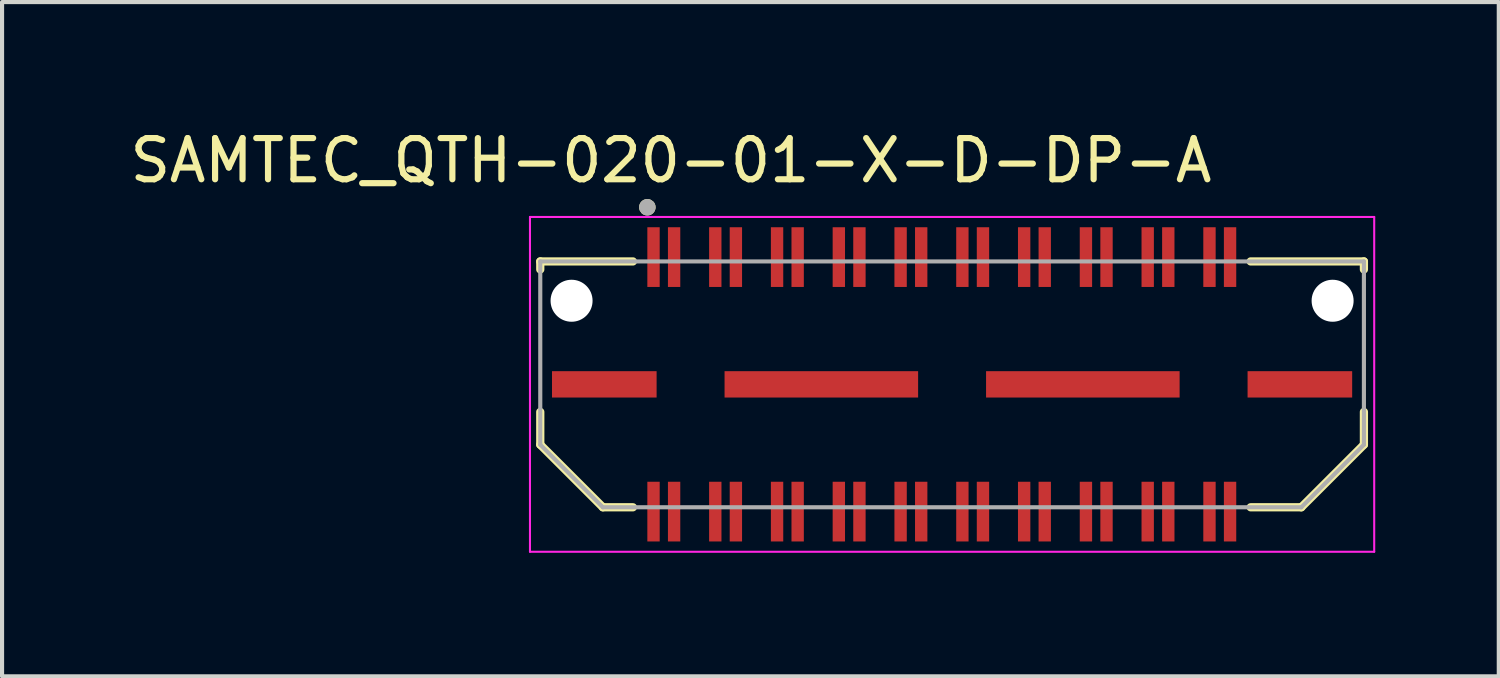
<source format=kicad_pcb>
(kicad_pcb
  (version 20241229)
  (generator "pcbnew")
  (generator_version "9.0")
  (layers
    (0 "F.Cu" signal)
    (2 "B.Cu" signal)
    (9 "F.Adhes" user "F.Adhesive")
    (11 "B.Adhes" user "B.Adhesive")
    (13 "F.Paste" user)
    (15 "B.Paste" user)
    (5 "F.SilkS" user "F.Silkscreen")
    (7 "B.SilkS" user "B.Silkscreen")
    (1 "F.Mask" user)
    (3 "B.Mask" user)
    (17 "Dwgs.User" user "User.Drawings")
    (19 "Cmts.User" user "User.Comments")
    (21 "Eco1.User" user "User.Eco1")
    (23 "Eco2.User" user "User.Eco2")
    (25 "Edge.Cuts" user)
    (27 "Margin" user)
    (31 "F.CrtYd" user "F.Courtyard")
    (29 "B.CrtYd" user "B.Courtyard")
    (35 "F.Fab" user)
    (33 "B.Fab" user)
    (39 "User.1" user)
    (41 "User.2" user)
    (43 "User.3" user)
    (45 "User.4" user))
  (footprint "SAMTEC_QTH-020-01-X-D-DP-A"
    (layer "F.Cu")
    (at 20.069 6.283)
    (property "Reference" "SAMTEC_QTH-020-01-X-D-DP-A" (at -6.825 -5.435 0) (layer "F.SilkS") (effects (font (size 1 1) (thickness 0.15))))
    (attr through_hole)
    (fp_line (start -10 -2.985) (end -7.75 -2.985) (stroke (width 0.2) (type solid)) (layer "F.SilkS"))
    (fp_line (start -10 -2.79) (end -10 -2.985) (stroke (width 0.2) (type solid)) (layer "F.SilkS"))
    (fp_line (start -10 0.67) (end -10 1.465) (stroke (width 0.2) (type solid)) (layer "F.SilkS"))
    (fp_line (start -10 1.465) (end -8.48 2.985) (stroke (width 0.2) (type solid)) (layer "F.SilkS"))
    (fp_line (start -8.48 2.985) (end -7.75 2.985) (stroke (width 0.2) (type solid)) (layer "F.SilkS"))
    (fp_line (start 8.48 2.985) (end 7.25 2.985) (stroke (width 0.2) (type solid)) (layer "F.SilkS"))
    (fp_line (start 10 -2.985) (end 7.25 -2.985) (stroke (width 0.2) (type solid)) (layer "F.SilkS"))
    (fp_line (start 10 -2.79) (end 10 -2.985) (stroke (width 0.2) (type solid)) (layer "F.SilkS"))
    (fp_line (start 10 0.67) (end 10 1.465) (stroke (width 0.2) (type solid)) (layer "F.SilkS"))
    (fp_line (start 10 1.465) (end 8.48 2.985) (stroke (width 0.2) (type solid)) (layer "F.SilkS"))
    (fp_circle (center -7.4 -4.3) (end -7.3 -4.3) (stroke (width 0.2) (type solid)) (fill no) (layer "F.SilkS"))
    (fp_line (start -10.25 -4.065) (end 10.25 -4.065) (stroke (width 0.05) (type solid)) (layer "F.CrtYd"))
    (fp_line (start -10.25 4.065) (end -10.25 -4.065) (stroke (width 0.05) (type solid)) (layer "F.CrtYd"))
    (fp_line (start 10.25 -4.065) (end 10.25 4.065) (stroke (width 0.05) (type solid)) (layer "F.CrtYd"))
    (fp_line (start 10.25 4.065) (end -10.25 4.065) (stroke (width 0.05) (type solid)) (layer "F.CrtYd"))
    (fp_line (start -10 -2.985) (end 10 -2.985) (stroke (width 0.1) (type solid)) (layer "F.Fab"))
    (fp_line (start -10 1.465) (end -10 -2.985) (stroke (width 0.1) (type solid)) (layer "F.Fab"))
    (fp_line (start -8.48 2.985) (end -10 1.465) (stroke (width 0.1) (type solid)) (layer "F.Fab"))
    (fp_line (start 8.48 2.985) (end -8.48 2.985) (stroke (width 0.1) (type solid)) (layer "F.Fab"))
    (fp_line (start 10 -2.985) (end 10 1.465) (stroke (width 0.1) (type solid)) (layer "F.Fab"))
    (fp_line (start 10 1.465) (end 8.48 2.985) (stroke (width 0.1) (type solid)) (layer "F.Fab"))
    (fp_circle (center -7.4 -4.3) (end -7.3 -4.3) (stroke (width 0.2) (type solid)) (fill no) (layer "F.Fab"))
    (pad "" np_thru_hole circle (at -9.24 -2.03) (size 1.02 1.02) (drill 1.02) (layers "*.Cu" "*.Mask"))
    (pad "" np_thru_hole circle (at 9.24 -2.03) (size 1.02 1.02) (drill 1.02) (layers "*.Cu" "*.Mask"))
    (pad "01" smd rect (at -7.25 -3.09) (size 0.3 1.45) (layers "F.Cu" "F.Mask" "F.Paste"))
    (pad "02" smd rect (at -7.25 3.09) (size 0.3 1.45) (layers "F.Cu" "F.Mask" "F.Paste"))
    (pad "03" smd rect (at -6.75 -3.09) (size 0.3 1.45) (layers "F.Cu" "F.Mask" "F.Paste"))
    (pad "04" smd rect (at -6.75 3.09) (size 0.3 1.45) (layers "F.Cu" "F.Mask" "F.Paste"))
    (pad "05" smd rect (at -5.75 -3.09) (size 0.3 1.45) (layers "F.Cu" "F.Mask" "F.Paste"))
    (pad "06" smd rect (at -5.75 3.09) (size 0.3 1.45) (layers "F.Cu" "F.Mask" "F.Paste"))
    (pad "07" smd rect (at -5.25 -3.09) (size 0.3 1.45) (layers "F.Cu" "F.Mask" "F.Paste"))
    (pad "08" smd rect (at -5.25 3.09) (size 0.3 1.45) (layers "F.Cu" "F.Mask" "F.Paste"))
    (pad "09" smd rect (at -4.25 -3.09) (size 0.3 1.45) (layers "F.Cu" "F.Mask" "F.Paste"))
    (pad "10" smd rect (at -4.25 3.09) (size 0.3 1.45) (layers "F.Cu" "F.Mask" "F.Paste"))
    (pad "11" smd rect (at -3.75 -3.09) (size 0.3 1.45) (layers "F.Cu" "F.Mask" "F.Paste"))
    (pad "12" smd rect (at -3.75 3.09) (size 0.3 1.45) (layers "F.Cu" "F.Mask" "F.Paste"))
    (pad "13" smd rect (at -2.75 -3.09) (size 0.3 1.45) (layers "F.Cu" "F.Mask" "F.Paste"))
    (pad "14" smd rect (at -2.75 3.09) (size 0.3 1.45) (layers "F.Cu" "F.Mask" "F.Paste"))
    (pad "15" smd rect (at -2.25 -3.09) (size 0.3 1.45) (layers "F.Cu" "F.Mask" "F.Paste"))
    (pad "16" smd rect (at -2.25 3.09) (size 0.3 1.45) (layers "F.Cu" "F.Mask" "F.Paste"))
    (pad "17" smd rect (at -1.25 -3.09) (size 0.3 1.45) (layers "F.Cu" "F.Mask" "F.Paste"))
    (pad "18" smd rect (at -1.25 3.09) (size 0.3 1.45) (layers "F.Cu" "F.Mask" "F.Paste"))
    (pad "19" smd rect (at -0.75 -3.09) (size 0.3 1.45) (layers "F.Cu" "F.Mask" "F.Paste"))
    (pad "20" smd rect (at -0.75 3.09) (size 0.3 1.45) (layers "F.Cu" "F.Mask" "F.Paste"))
    (pad "21" smd rect (at 0.25 -3.09) (size 0.3 1.45) (layers "F.Cu" "F.Mask" "F.Paste"))
    (pad "22" smd rect (at 0.25 3.09) (size 0.3 1.45) (layers "F.Cu" "F.Mask" "F.Paste"))
    (pad "23" smd rect (at 0.75 -3.09) (size 0.3 1.45) (layers "F.Cu" "F.Mask" "F.Paste"))
    (pad "24" smd rect (at 0.75 3.09) (size 0.3 1.45) (layers "F.Cu" "F.Mask" "F.Paste"))
    (pad "25" smd rect (at 1.75 -3.09) (size 0.3 1.45) (layers "F.Cu" "F.Mask" "F.Paste"))
    (pad "26" smd rect (at 1.75 3.09) (size 0.3 1.45) (layers "F.Cu" "F.Mask" "F.Paste"))
    (pad "27" smd rect (at 2.25 -3.09) (size 0.3 1.45) (layers "F.Cu" "F.Mask" "F.Paste"))
    (pad "28" smd rect (at 2.25 3.09) (size 0.3 1.45) (layers "F.Cu" "F.Mask" "F.Paste"))
    (pad "29" smd rect (at 3.25 -3.09) (size 0.3 1.45) (layers "F.Cu" "F.Mask" "F.Paste"))
    (pad "30" smd rect (at 3.25 3.09) (size 0.3 1.45) (layers "F.Cu" "F.Mask" "F.Paste"))
    (pad "31" smd rect (at 3.75 -3.09) (size 0.3 1.45) (layers "F.Cu" "F.Mask" "F.Paste"))
    (pad "32" smd rect (at 3.75 3.09) (size 0.3 1.45) (layers "F.Cu" "F.Mask" "F.Paste"))
    (pad "33" smd rect (at 4.75 -3.09) (size 0.3 1.45) (layers "F.Cu" "F.Mask" "F.Paste"))
    (pad "34" smd rect (at 4.75 3.09) (size 0.3 1.45) (layers "F.Cu" "F.Mask" "F.Paste"))
    (pad "35" smd rect (at 5.25 -3.09) (size 0.3 1.45) (layers "F.Cu" "F.Mask" "F.Paste"))
    (pad "36" smd rect (at 5.25 3.09) (size 0.3 1.45) (layers "F.Cu" "F.Mask" "F.Paste"))
    (pad "37" smd rect (at 6.25 -3.09) (size 0.3 1.45) (layers "F.Cu" "F.Mask" "F.Paste"))
    (pad "38" smd rect (at 6.25 3.09) (size 0.3 1.45) (layers "F.Cu" "F.Mask" "F.Paste"))
    (pad "39" smd rect (at 6.75 -3.09) (size 0.3 1.45) (layers "F.Cu" "F.Mask" "F.Paste"))
    (pad "40" smd rect (at 6.75 3.09) (size 0.3 1.45) (layers "F.Cu" "F.Mask" "F.Paste"))
    (pad "G1" smd rect (at -8.445 0) (size 2.54 0.64) (layers "F.Cu" "F.Mask" "F.Paste"))
    (pad "G2" smd rect (at -3.175 0) (size 4.7 0.64) (layers "F.Cu" "F.Mask" "F.Paste"))
    (pad "G3" smd rect (at 3.175 0) (size 4.7 0.64) (layers "F.Cu" "F.Mask" "F.Paste"))
    (pad "G4" smd rect (at 8.445 0) (size 2.54 0.64) (layers "F.Cu" "F.Mask" "F.Paste")))
  (gr_rect
    (start -3 -3)
    (end 33.344 13.373)
    (stroke (width 0.1) (type default))
    (fill no)
    (layer "Edge.Cuts")))
</source>
